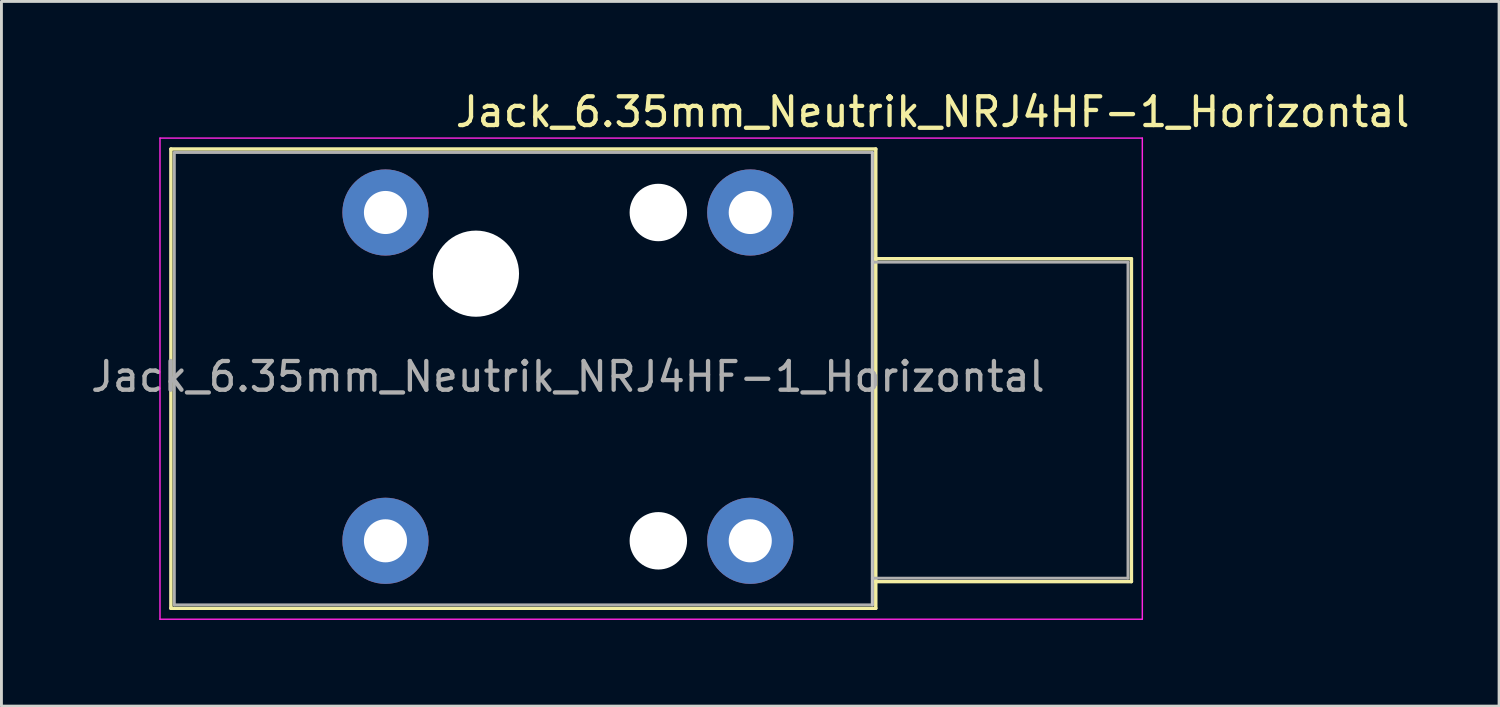
<source format=kicad_pcb>
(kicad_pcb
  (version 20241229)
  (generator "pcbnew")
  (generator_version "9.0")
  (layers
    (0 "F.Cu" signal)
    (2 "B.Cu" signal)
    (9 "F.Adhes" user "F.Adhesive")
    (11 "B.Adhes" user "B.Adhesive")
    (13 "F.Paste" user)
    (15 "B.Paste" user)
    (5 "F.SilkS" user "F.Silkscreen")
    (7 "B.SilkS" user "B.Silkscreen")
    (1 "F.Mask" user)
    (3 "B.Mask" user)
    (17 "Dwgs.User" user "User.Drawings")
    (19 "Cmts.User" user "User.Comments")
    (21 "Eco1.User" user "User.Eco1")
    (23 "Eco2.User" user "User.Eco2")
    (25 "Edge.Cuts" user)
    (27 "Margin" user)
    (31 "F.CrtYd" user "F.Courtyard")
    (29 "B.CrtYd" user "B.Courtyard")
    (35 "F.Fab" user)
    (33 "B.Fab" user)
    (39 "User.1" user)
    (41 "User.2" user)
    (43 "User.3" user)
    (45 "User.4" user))
  (footprint "Jack_6.35mm_Neutrik_NRJ4HF-1_Horizontal"
    (layer "F.Cu")
    (at 23.07 4.348)
    (property "Reference" "Jack_6.35mm_Neutrik_NRJ4HF-1_Horizontal" (at 6.35 -3.5 0) (layer "F.SilkS") (effects (font (size 1 1) (thickness 0.15))))
    (attr through_hole)
    (fp_line (start -20.17 -2.21) (end 4.37 -2.21) (stroke (width 0.12) (type solid)) (layer "F.SilkS"))
    (fp_line (start -20.17 13.78) (end -20.17 -2.21) (stroke (width 0.12) (type solid)) (layer "F.SilkS"))
    (fp_line (start -20.17 13.78) (end 4.37 13.78) (stroke (width 0.12) (type solid)) (layer "F.SilkS"))
    (fp_line (start 4.37 -2.21) (end 4.37 13.78) (stroke (width 0.12) (type solid)) (layer "F.SilkS"))
    (fp_line (start 13.27 1.61) (end 4.37 1.61) (stroke (width 0.12) (type solid)) (layer "F.SilkS"))
    (fp_line (start 13.27 12.85) (end 4.37 12.85) (stroke (width 0.12) (type solid)) (layer "F.SilkS"))
    (fp_line (start 13.27 12.85) (end 13.27 1.61) (stroke (width 0.12) (type solid)) (layer "F.SilkS"))
    (fp_line (start 4.25 -2.09) (end 4.25 13.66) (stroke (width 0.1) (type solid)) (layer "Dwgs.User"))
    (fp_line (start -20.55 14.16) (end -20.55 -2.59) (stroke (width 0.05) (type solid)) (layer "F.CrtYd"))
    (fp_line (start -20.55 14.16) (end 13.65 14.16) (stroke (width 0.05) (type solid)) (layer "F.CrtYd"))
    (fp_line (start 13.65 -2.59) (end -20.55 -2.59) (stroke (width 0.05) (type solid)) (layer "F.CrtYd"))
    (fp_line (start 13.65 14.16) (end 13.65 -2.59) (stroke (width 0.05) (type solid)) (layer "F.CrtYd"))
    (fp_line (start -20.05 -2.09) (end 4.25 -2.09) (stroke (width 0.1) (type solid)) (layer "F.Fab"))
    (fp_line (start -20.05 13.66) (end -20.05 -2.09) (stroke (width 0.1) (type solid)) (layer "F.Fab"))
    (fp_line (start 4.25 -2.09) (end 4.25 13.66) (stroke (width 0.1) (type solid)) (layer "F.Fab"))
    (fp_line (start 4.25 12.73) (end 13.15 12.73) (stroke (width 0.1) (type solid)) (layer "F.Fab"))
    (fp_line (start 4.25 13.66) (end -20.05 13.66) (stroke (width 0.1) (type solid)) (layer "F.Fab"))
    (fp_line (start 13.15 1.73) (end 4.25 1.73) (stroke (width 0.1) (type solid)) (layer "F.Fab"))
    (fp_line (start 13.15 12.73) (end 13.15 1.73) (stroke (width 0.1) (type solid)) (layer "F.Fab"))
    (fp_text user "${REFERENCE}" (at -6.35 5.715 0) (layer "F.Fab") (effects (font (size 1 1) (thickness 0.15))))
    (pad "" np_thru_hole circle (at -9.55 2.13) (size 3 3) (drill 3) (layers "*.Cu" "*.Mask"))
    (pad "" np_thru_hole circle (at -3.2 0) (size 2 2) (drill 2) (layers "*.Cu" "*.Mask"))
    (pad "" np_thru_hole circle (at -3.2 11.43) (size 2 2) (drill 2) (layers "*.Cu" "*.Mask"))
    (pad "G" thru_hole circle (at 0 11.43) (size 3 3) (drill 1.5) (layers "*.Cu" "*.Mask"))
    (pad "S" thru_hole circle (at 0 0) (size 3 3) (drill 1.5) (layers "*.Cu" "*.Mask"))
    (pad "T" thru_hole circle (at -12.7 0) (size 3 3) (drill 1.5) (layers "*.Cu" "*.Mask"))
    (pad "TN" thru_hole circle (at -12.7 11.43) (size 3 3) (drill 1.5) (layers "*.Cu" "*.Mask")))
  (gr_rect
    (start -3 -3)
    (end 49.14 21.533)
    (stroke (width 0.1) (type default))
    (fill no)
    (layer "Edge.Cuts")))
</source>
